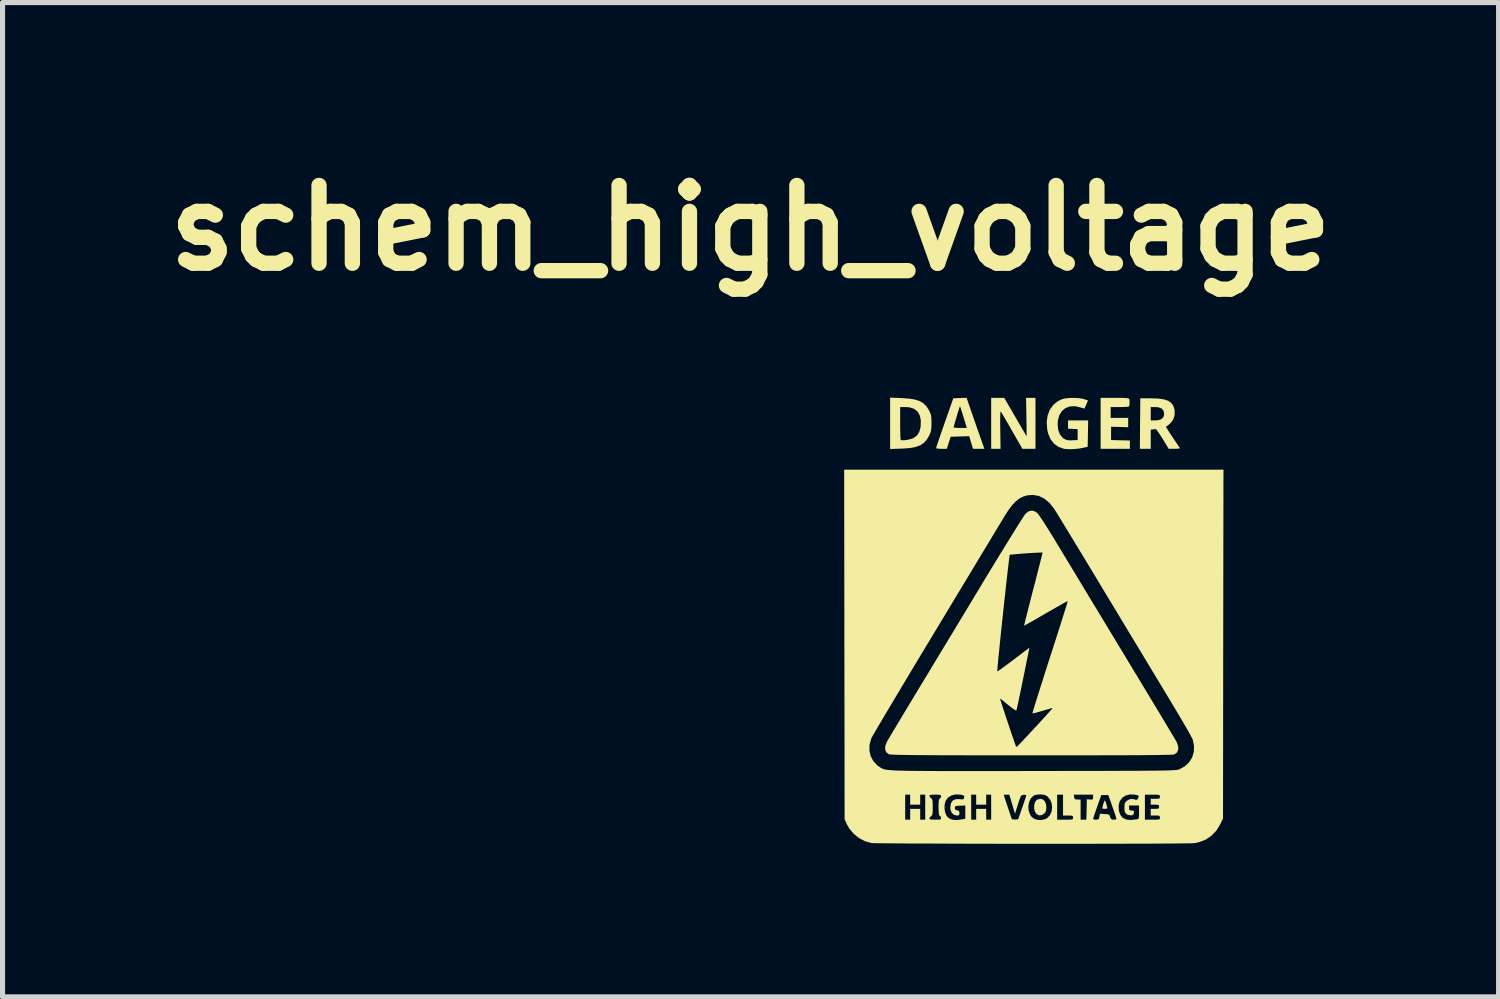
<source format=kicad_pcb>
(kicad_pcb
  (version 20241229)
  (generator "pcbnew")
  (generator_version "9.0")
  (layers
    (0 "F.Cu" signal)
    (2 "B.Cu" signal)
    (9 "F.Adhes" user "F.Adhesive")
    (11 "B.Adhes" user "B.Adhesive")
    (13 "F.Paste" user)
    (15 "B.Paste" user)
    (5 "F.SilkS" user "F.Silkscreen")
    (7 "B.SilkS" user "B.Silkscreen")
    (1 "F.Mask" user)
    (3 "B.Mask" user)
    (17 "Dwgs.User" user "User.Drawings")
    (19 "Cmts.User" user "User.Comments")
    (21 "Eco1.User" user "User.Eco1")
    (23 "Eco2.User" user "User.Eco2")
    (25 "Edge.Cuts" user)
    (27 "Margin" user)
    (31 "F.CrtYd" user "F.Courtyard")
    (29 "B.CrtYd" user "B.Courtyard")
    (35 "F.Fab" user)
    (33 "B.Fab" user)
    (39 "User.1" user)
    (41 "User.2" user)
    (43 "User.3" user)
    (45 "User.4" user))
  (footprint "schem_high_voltage"
    (layer "F.Cu")
    (at 17.155 8.918)
    (property "Reference" "schem_high_voltage" (at -5.5 -7.5 0) (layer "F.SilkS") (effects (font (size 1.524 1.524) (thickness 0.3))))
    (attr board_only exclude_from_pos_files exclude_from_bom)
    (fp_poly (pts (xy 1.45 3.729) (xy 1.463 3.763) (xy 1.476 3.807) (xy 1.486 3.847) (xy 1.489 3.87) (xy 1.475 3.876) (xy 1.441 3.879) (xy 1.44 3.879) (xy 1.406 3.876) (xy 1.391 3.87) (xy 1.391 3.87) (xy 1.396 3.84) (xy 1.406 3.798) (xy 1.42 3.755) (xy 1.433 3.724) (xy 1.44 3.715)) (stroke (width 0) (type solid)) (fill yes) (layer "F.SilkS"))
    (fp_poly (pts (xy 0.225 3.694) (xy 0.265 3.732) (xy 0.289 3.792) (xy 0.295 3.849) (xy 0.29 3.906) (xy 0.274 3.946) (xy 0.254 3.969) (xy 0.203 4.002) (xy 0.15 4.006) (xy 0.102 3.98) (xy 0.099 3.978) (xy 0.07 3.93) (xy 0.056 3.869) (xy 0.058 3.804) (xy 0.074 3.746) (xy 0.105 3.705) (xy 0.115 3.699) (xy 0.174 3.682)) (stroke (width 0) (type solid)) (fill yes) (layer "F.SilkS"))
    (fp_poly (pts (xy 1.737 -4.173) (xy 1.811 -4.172) (xy 1.862 -4.169) (xy 1.893 -4.165) (xy 1.911 -4.158) (xy 1.919 -4.149) (xy 1.921 -4.145) (xy 1.925 -4.107) (xy 1.924 -4.056) (xy 1.918 -4.008) (xy 1.917 -4.006) (xy 1.901 -4.001) (xy 1.859 -3.997) (xy 1.797 -3.994) (xy 1.735 -3.993) (xy 1.555 -3.993) (xy 1.555 -3.781) (xy 1.898 -3.781) (xy 1.898 -3.598) (xy 1.731 -3.603) (xy 1.563 -3.607) (xy 1.563 -3.347) (xy 1.747 -3.342) (xy 1.931 -3.338) (xy 1.931 -3.175) (xy 1.358 -3.175) (xy 1.358 -4.173) (xy 1.635 -4.173)) (stroke (width 0) (type solid)) (fill yes) (layer "F.SilkS"))
    (fp_poly (pts (xy -0.312 -3.797) (xy -0.254 -3.697) (xy -0.201 -3.607) (xy -0.157 -3.531) (xy -0.122 -3.472) (xy -0.1 -3.434) (xy -0.092 -3.42) (xy -0.092 -3.436) (xy -0.092 -3.48) (xy -0.092 -3.547) (xy -0.093 -3.634) (xy -0.095 -3.734) (xy -0.096 -3.797) (xy -0.102 -4.173) (xy 0.082 -4.173) (xy 0.082 -3.175) (xy -0.174 -3.175) (xy -0.378 -3.529) (xy -0.434 -3.628) (xy -0.486 -3.717) (xy -0.531 -3.794) (xy -0.566 -3.854) (xy -0.589 -3.893) (xy -0.597 -3.906) (xy -0.603 -3.899) (xy -0.607 -3.862) (xy -0.609 -3.793) (xy -0.61 -3.692) (xy -0.608 -3.558) (xy -0.608 -3.552) (xy -0.602 -3.175) (xy -0.786 -3.175) (xy -0.786 -4.173) (xy -0.53 -4.173)) (stroke (width 0) (type solid)) (fill yes) (layer "F.SilkS"))
    (fp_poly (pts (xy -1.173 -3.9) (xy -1.134 -3.788) (xy -1.092 -3.666) (xy -1.05 -3.545) (xy -1.012 -3.439) (xy -0.999 -3.4) (xy -0.919 -3.175) (xy -1.143 -3.175) (xy -1.216 -3.422) (xy -1.398 -3.417) (xy -1.579 -3.412) (xy -1.617 -3.294) (xy -1.655 -3.175) (xy -1.76 -3.175) (xy -1.814 -3.177) (xy -1.852 -3.182) (xy -1.866 -3.189) (xy -1.86 -3.207) (xy -1.846 -3.252) (xy -1.823 -3.321) (xy -1.792 -3.409) (xy -1.757 -3.512) (xy -1.728 -3.595) (xy -1.522 -3.595) (xy -1.507 -3.59) (xy -1.467 -3.586) (xy -1.41 -3.584) (xy -1.393 -3.584) (xy -1.263 -3.584) (xy -1.284 -3.654) (xy -1.321 -3.774) (xy -1.35 -3.867) (xy -1.371 -3.933) (xy -1.385 -3.977) (xy -1.394 -4) (xy -1.399 -4.007) (xy -1.399 -4.007) (xy -1.405 -3.99) (xy -1.419 -3.949) (xy -1.437 -3.891) (xy -1.457 -3.823) (xy -1.478 -3.753) (xy -1.497 -3.688) (xy -1.512 -3.636) (xy -1.521 -3.602) (xy -1.522 -3.595) (xy -1.728 -3.595) (xy -1.717 -3.627) (xy -1.697 -3.684) (xy -1.528 -4.165) (xy -1.398 -4.17) (xy -1.268 -4.174)) (stroke (width 0) (type solid)) (fill yes) (layer "F.SilkS"))
    (fp_poly (pts (xy 0.948 -4.166) (xy 1.023 -4.151) (xy 1.035 -4.148) (xy 1.111 -4.122) (xy 1.078 -4.046) (xy 1.059 -4.001) (xy 1.045 -3.972) (xy 1.041 -3.965) (xy 1.024 -3.967) (xy 0.987 -3.978) (xy 0.966 -3.985) (xy 0.856 -4.01) (xy 0.756 -4.005) (xy 0.669 -3.973) (xy 0.599 -3.915) (xy 0.549 -3.834) (xy 0.521 -3.732) (xy 0.516 -3.658) (xy 0.527 -3.547) (xy 0.559 -3.46) (xy 0.612 -3.394) (xy 0.638 -3.375) (xy 0.676 -3.354) (xy 0.717 -3.343) (xy 0.772 -3.341) (xy 0.801 -3.342) (xy 0.908 -3.347) (xy 0.908 -3.56) (xy 0.814 -3.565) (xy 0.72 -3.569) (xy 0.72 -3.731) (xy 1.114 -3.731) (xy 1.105 -3.216) (xy 1.028 -3.197) (xy 0.943 -3.181) (xy 0.848 -3.171) (xy 0.754 -3.167) (xy 0.673 -3.171) (xy 0.639 -3.176) (xy 0.532 -3.213) (xy 0.444 -3.277) (xy 0.376 -3.365) (xy 0.329 -3.477) (xy 0.311 -3.559) (xy 0.302 -3.698) (xy 0.319 -3.825) (xy 0.361 -3.937) (xy 0.427 -4.032) (xy 0.515 -4.105) (xy 0.605 -4.148) (xy 0.673 -4.164) (xy 0.761 -4.172) (xy 0.857 -4.172)) (stroke (width 0) (type solid)) (fill yes) (layer "F.SilkS"))
    (fp_poly (pts (xy -2.541 -4.169) (xy -2.399 -4.159) (xy -2.284 -4.141) (xy -2.193 -4.112) (xy -2.12 -4.071) (xy -2.061 -4.015) (xy -2.012 -3.943) (xy -2.001 -3.922) (xy -1.979 -3.877) (xy -1.966 -3.835) (xy -1.959 -3.786) (xy -1.956 -3.719) (xy -1.956 -3.682) (xy -1.957 -3.605) (xy -1.962 -3.549) (xy -1.972 -3.504) (xy -1.99 -3.458) (xy -2.002 -3.432) (xy -2.049 -3.353) (xy -2.106 -3.291) (xy -2.175 -3.244) (xy -2.263 -3.212) (xy -2.374 -3.191) (xy -2.511 -3.18) (xy -2.541 -3.179) (xy -2.766 -3.171) (xy -2.766 -3.993) (xy -2.569 -3.993) (xy -2.569 -3.677) (xy -2.569 -3.578) (xy -2.567 -3.491) (xy -2.565 -3.42) (xy -2.561 -3.371) (xy -2.558 -3.349) (xy -2.557 -3.348) (xy -2.533 -3.342) (xy -2.487 -3.343) (xy -2.429 -3.351) (xy -2.37 -3.364) (xy -2.32 -3.38) (xy -2.308 -3.385) (xy -2.241 -3.434) (xy -2.194 -3.508) (xy -2.168 -3.603) (xy -2.168 -3.608) (xy -2.164 -3.728) (xy -2.184 -3.826) (xy -2.227 -3.903) (xy -2.293 -3.957) (xy -2.382 -3.987) (xy -2.459 -3.993) (xy -2.569 -3.993) (xy -2.766 -3.993) (xy -2.766 -4.178)) (stroke (width 0) (type solid)) (fill yes) (layer "F.SilkS"))
    (fp_poly (pts (xy 2.35 -4.164) (xy 2.487 -4.159) (xy 2.596 -4.144) (xy 2.68 -4.117) (xy 2.74 -4.076) (xy 2.781 -4.021) (xy 2.804 -3.949) (xy 2.809 -3.922) (xy 2.807 -3.825) (xy 2.775 -3.738) (xy 2.711 -3.661) (xy 2.638 -3.607) (xy 2.644 -3.593) (xy 2.667 -3.557) (xy 2.701 -3.503) (xy 2.745 -3.437) (xy 2.769 -3.401) (xy 2.817 -3.33) (xy 2.858 -3.268) (xy 2.89 -3.22) (xy 2.908 -3.192) (xy 2.91 -3.187) (xy 2.898 -3.181) (xy 2.861 -3.177) (xy 2.807 -3.175) (xy 2.804 -3.175) (xy 2.692 -3.175) (xy 2.578 -3.363) (xy 2.534 -3.432) (xy 2.495 -3.491) (xy 2.465 -3.534) (xy 2.448 -3.556) (xy 2.446 -3.557) (xy 2.418 -3.56) (xy 2.384 -3.556) (xy 2.34 -3.548) (xy 2.34 -3.175) (xy 2.127 -3.175) (xy 2.131 -3.67) (xy 2.132 -3.731) (xy 2.34 -3.731) (xy 2.428 -3.731) (xy 2.496 -3.737) (xy 2.545 -3.755) (xy 2.559 -3.765) (xy 2.591 -3.8) (xy 2.602 -3.846) (xy 2.602 -3.862) (xy 2.59 -3.924) (xy 2.552 -3.966) (xy 2.489 -3.989) (xy 2.428 -3.993) (xy 2.34 -3.993) (xy 2.34 -3.731) (xy 2.132 -3.731) (xy 2.136 -4.165)) (stroke (width 0) (type solid)) (fill yes) (layer "F.SilkS"))
    (fp_poly (pts (xy 0.081 -1.943) (xy 0.122 -1.911) (xy 0.143 -1.885) (xy 0.179 -1.834) (xy 0.227 -1.763) (xy 0.284 -1.673) (xy 0.35 -1.569) (xy 0.421 -1.454) (xy 0.495 -1.332) (xy 0.504 -1.317) (xy 0.55 -1.241) (xy 0.595 -1.166) (xy 0.64 -1.092) (xy 0.685 -1.018) (xy 0.732 -0.94) (xy 0.781 -0.859) (xy 0.834 -0.771) (xy 0.891 -0.677) (xy 0.954 -0.573) (xy 1.023 -0.458) (xy 1.099 -0.332) (xy 1.184 -0.191) (xy 1.278 -0.036) (xy 1.383 0.137) (xy 1.499 0.329) (xy 1.627 0.54) (xy 1.768 0.774) (xy 1.923 1.031) (xy 2.094 1.313) (xy 2.249 1.57) (xy 2.347 1.732) (xy 2.44 1.886) (xy 2.527 2.031) (xy 2.607 2.164) (xy 2.678 2.283) (xy 2.739 2.385) (xy 2.788 2.467) (xy 2.824 2.528) (xy 2.845 2.564) (xy 2.849 2.572) (xy 2.877 2.65) (xy 2.879 2.718) (xy 2.855 2.773) (xy 2.807 2.809) (xy 2.796 2.813) (xy 2.778 2.816) (xy 2.738 2.818) (xy 2.674 2.82) (xy 2.587 2.822) (xy 2.476 2.824) (xy 2.339 2.825) (xy 2.177 2.827) (xy 1.987 2.828) (xy 1.771 2.829) (xy 1.525 2.829) (xy 1.251 2.83) (xy 0.947 2.83) (xy 0.612 2.831) (xy 0.245 2.831) (xy 0.002 2.831) (xy -0.359 2.831) (xy -0.687 2.83) (xy -0.986 2.83) (xy -1.256 2.83) (xy -1.499 2.829) (xy -1.716 2.829) (xy -1.909 2.828) (xy -2.078 2.827) (xy -2.225 2.826) (xy -2.352 2.825) (xy -2.46 2.823) (xy -2.549 2.822) (xy -2.623 2.82) (xy -2.681 2.818) (xy -2.726 2.816) (xy -2.758 2.814) (xy -2.78 2.811) (xy -2.792 2.808) (xy -2.792 2.808) (xy -2.84 2.771) (xy -2.863 2.717) (xy -2.861 2.648) (xy -2.832 2.572) (xy -2.818 2.547) (xy -2.789 2.497) (xy -2.746 2.424) (xy -2.69 2.33) (xy -2.624 2.22) (xy -2.548 2.093) (xy -2.465 1.955) (xy -2.375 1.806) (xy -2.281 1.65) (xy -2.262 1.619) (xy -2.167 1.462) (xy -2.058 1.282) (xy -1.999 1.185) (xy -0.667 1.185) (xy -0.667 1.188) (xy -0.653 1.18) (xy -0.616 1.155) (xy -0.561 1.115) (xy -0.491 1.064) (xy -0.409 1.003) (xy -0.349 0.958) (xy -0.037 0.722) (xy -0.16 1.331) (xy -0.188 1.468) (xy -0.214 1.594) (xy -0.238 1.708) (xy -0.258 1.804) (xy -0.275 1.879) (xy -0.287 1.929) (xy -0.294 1.952) (xy -0.294 1.952) (xy -0.311 1.948) (xy -0.346 1.925) (xy -0.396 1.889) (xy -0.454 1.842) (xy -0.513 1.794) (xy -0.562 1.754) (xy -0.597 1.728) (xy -0.611 1.718) (xy -0.608 1.733) (xy -0.596 1.775) (xy -0.576 1.838) (xy -0.549 1.919) (xy -0.518 2.014) (xy -0.484 2.118) (xy -0.447 2.227) (xy -0.411 2.336) (xy -0.375 2.44) (xy -0.342 2.537) (xy -0.313 2.62) (xy -0.303 2.647) (xy -0.291 2.666) (xy -0.287 2.668) (xy -0.275 2.656) (xy -0.243 2.623) (xy -0.194 2.572) (xy -0.131 2.505) (xy -0.057 2.426) (xy 0.026 2.337) (xy 0.072 2.287) (xy 0.158 2.194) (xy 0.236 2.109) (xy 0.303 2.035) (xy 0.357 1.975) (xy 0.396 1.931) (xy 0.417 1.907) (xy 0.419 1.903) (xy 0.403 1.906) (xy 0.362 1.917) (xy 0.302 1.934) (xy 0.228 1.956) (xy 0.223 1.958) (xy 0.148 1.979) (xy 0.086 1.996) (xy 0.042 2.006) (xy 0.022 2.008) (xy 0.022 2.008) (xy 0.026 1.991) (xy 0.039 1.946) (xy 0.06 1.875) (xy 0.089 1.78) (xy 0.126 1.665) (xy 0.168 1.53) (xy 0.216 1.38) (xy 0.268 1.216) (xy 0.324 1.04) (xy 0.367 0.907) (xy 0.426 0.726) (xy 0.481 0.553) (xy 0.532 0.393) (xy 0.579 0.247) (xy 0.62 0.117) (xy 0.654 0.007) (xy 0.682 -0.081) (xy 0.701 -0.145) (xy 0.712 -0.183) (xy 0.714 -0.192) (xy 0.699 -0.185) (xy 0.659 -0.164) (xy 0.598 -0.131) (xy 0.52 -0.086) (xy 0.427 -0.033) (xy 0.323 0.026) (xy 0.286 0.048) (xy 0.179 0.11) (xy 0.083 0.166) (xy -0.001 0.213) (xy -0.068 0.251) (xy -0.115 0.277) (xy -0.139 0.289) (xy -0.141 0.29) (xy -0.138 0.274) (xy -0.127 0.229) (xy -0.11 0.159) (xy -0.087 0.067) (xy -0.059 -0.044) (xy -0.026 -0.171) (xy 0.009 -0.31) (xy 0.039 -0.426) (xy 0.078 -0.573) (xy 0.113 -0.71) (xy 0.144 -0.833) (xy 0.172 -0.941) (xy 0.194 -1.028) (xy 0.21 -1.093) (xy 0.219 -1.132) (xy 0.22 -1.142) (xy 0.203 -1.143) (xy 0.159 -1.142) (xy 0.095 -1.139) (xy 0.017 -1.135) (xy -0.07 -1.129) (xy -0.159 -1.123) (xy -0.244 -1.116) (xy -0.318 -1.11) (xy -0.377 -1.104) (xy -0.413 -1.1) (xy -0.422 -1.098) (xy -0.426 -1.081) (xy -0.432 -1.034) (xy -0.441 -0.962) (xy -0.453 -0.866) (xy -0.466 -0.751) (xy -0.481 -0.619) (xy -0.497 -0.473) (xy -0.514 -0.318) (xy -0.532 -0.155) (xy -0.55 0.011) (xy -0.568 0.179) (xy -0.585 0.343) (xy -0.602 0.502) (xy -0.617 0.652) (xy -0.631 0.79) (xy -0.644 0.912) (xy -0.654 1.016) (xy -0.661 1.098) (xy -0.666 1.156) (xy -0.667 1.185) (xy -1.999 1.185) (xy -1.938 1.083) (xy -1.808 0.868) (xy -1.671 0.641) (xy -1.53 0.408) (xy -1.388 0.173) (xy -1.246 -0.061) (xy -1.109 -0.29) (xy -0.977 -0.508) (xy -0.943 -0.565) (xy -0.821 -0.766) (xy -0.705 -0.957) (xy -0.595 -1.136) (xy -0.494 -1.301) (xy -0.402 -1.45) (xy -0.32 -1.582) (xy -0.25 -1.694) (xy -0.192 -1.785) (xy -0.148 -1.853) (xy -0.118 -1.896) (xy -0.106 -1.911) (xy -0.043 -1.954) (xy 0.019 -1.965)) (stroke (width 0) (type solid)) (fill yes) (layer "F.SilkS"))
    (fp_poly (pts (xy 3.76 0.651) (xy 3.756 4.067) (xy 3.704 4.177) (xy 3.627 4.304) (xy 3.528 4.407) (xy 3.411 4.485) (xy 3.277 4.535) (xy 3.194 4.551) (xy 3.165 4.553) (xy 3.106 4.554) (xy 3.017 4.555) (xy 2.902 4.557) (xy 2.763 4.558) (xy 2.6 4.559) (xy 2.417 4.56) (xy 2.215 4.561) (xy 1.996 4.561) (xy 1.763 4.562) (xy 1.516 4.562) (xy 1.259 4.563) (xy 0.993 4.563) (xy 0.72 4.563) (xy 0.443 4.563) (xy 0.162 4.563) (xy -0.12 4.563) (xy -0.4 4.563) (xy -0.678 4.563) (xy -0.95 4.562) (xy -1.216 4.562) (xy -1.472 4.561) (xy -1.718 4.56) (xy -1.95 4.559) (xy -2.168 4.559) (xy -2.369 4.558) (xy -2.551 4.556) (xy -2.711 4.555) (xy -2.849 4.554) (xy -2.963 4.553) (xy -3.049 4.551) (xy -3.106 4.55) (xy -3.133 4.548) (xy -3.256 4.514) (xy -3.373 4.453) (xy -3.478 4.368) (xy -3.565 4.266) (xy -3.612 4.183) (xy -3.654 4.091) (xy -2.471 4.091) (xy -2.373 4.091) (xy -2.373 3.879) (xy -2.177 3.879) (xy -2.177 4.091) (xy -2.078 4.091) (xy -2.078 4.067) (xy -1.997 4.067) (xy -1.99 4.08) (xy -1.965 4.088) (xy -1.917 4.091) (xy -1.882 4.091) (xy -1.822 4.091) (xy -1.787 4.087) (xy -1.772 4.078) (xy -1.768 4.061) (xy -1.768 4.058) (xy -1.778 4.027) (xy -1.792 4.016) (xy -1.804 4.004) (xy -1.811 3.978) (xy -1.815 3.931) (xy -1.816 3.877) (xy -1.7 3.877) (xy -1.687 3.953) (xy -1.659 4.016) (xy -1.62 4.059) (xy -1.614 4.062) (xy -1.557 4.087) (xy -1.499 4.098) (xy -1.429 4.096) (xy -1.402 4.091) (xy -1.178 4.091) (xy -1.08 4.091) (xy -1.08 3.879) (xy -0.884 3.879) (xy -0.884 4.091) (xy -0.786 4.091) (xy -0.786 3.605) (xy -0.54 3.605) (xy -0.535 3.621) (xy -0.522 3.662) (xy -0.503 3.72) (xy -0.48 3.789) (xy -0.455 3.863) (xy -0.431 3.935) (xy -0.41 3.998) (xy -0.394 4.046) (xy -0.385 4.072) (xy -0.362 4.087) (xy -0.317 4.088) (xy -0.257 4.083) (xy -0.178 3.856) (xy -0.168 3.829) (xy -0.058 3.829) (xy -0.052 3.914) (xy -0.024 3.992) (xy 0.005 4.035) (xy 0.059 4.075) (xy 0.13 4.096) (xy 0.207 4.097) (xy 0.228 4.091) (xy 0.507 4.091) (xy 0.663 4.091) (xy 0.735 4.091) (xy 0.78 4.089) (xy 0.805 4.084) (xy 0.816 4.074) (xy 0.818 4.058) (xy 0.818 4.051) (xy 0.816 4.028) (xy 0.805 4.016) (xy 0.777 4.011) (xy 0.724 4.01) (xy 0.72 4.01) (xy 0.622 4.01) (xy 0.622 3.601) (xy 0.832 3.601) (xy 0.838 3.646) (xy 0.848 3.679) (xy 0.863 3.693) (xy 0.895 3.695) (xy 0.925 3.697) (xy 0.966 3.699) (xy 0.966 4.091) (xy 1.079 4.091) (xy 1.079 4.077) (xy 1.211 4.077) (xy 1.225 4.087) (xy 1.261 4.091) (xy 1.268 4.091) (xy 1.306 4.088) (xy 1.325 4.072) (xy 1.335 4.033) (xy 1.346 3.975) (xy 1.438 3.98) (xy 1.49 3.984) (xy 1.519 3.992) (xy 1.535 4.01) (xy 1.544 4.038) (xy 1.559 4.075) (xy 1.584 4.09) (xy 1.614 4.091) (xy 1.651 4.088) (xy 1.669 4.079) (xy 1.669 4.078) (xy 1.664 4.058) (xy 1.65 4.014) (xy 1.629 3.95) (xy 1.602 3.873) (xy 1.589 3.836) (xy 1.582 3.816) (xy 1.71 3.816) (xy 1.716 3.913) (xy 1.717 3.921) (xy 1.746 4.001) (xy 1.793 4.056) (xy 1.86 4.088) (xy 1.948 4.097) (xy 2 4.091) (xy 2.226 4.091) (xy 2.373 4.091) (xy 2.443 4.091) (xy 2.486 4.089) (xy 2.509 4.083) (xy 2.519 4.072) (xy 2.52 4.054) (xy 2.52 4.051) (xy 2.518 4.027) (xy 2.506 4.015) (xy 2.475 4.01) (xy 2.43 4.01) (xy 2.34 4.01) (xy 2.34 3.879) (xy 2.422 3.879) (xy 2.471 3.877) (xy 2.495 3.871) (xy 2.503 3.854) (xy 2.504 3.838) (xy 2.501 3.814) (xy 2.488 3.801) (xy 2.455 3.797) (xy 2.422 3.797) (xy 2.34 3.797) (xy 2.34 3.682) (xy 2.43 3.682) (xy 2.482 3.681) (xy 2.509 3.676) (xy 2.519 3.662) (xy 2.52 3.641) (xy 2.519 3.622) (xy 2.511 3.61) (xy 2.491 3.604) (xy 2.451 3.601) (xy 2.386 3.601) (xy 2.373 3.601) (xy 2.226 3.601) (xy 2.226 4.091) (xy 2 4.091) (xy 2.059 4.085) (xy 2.074 4.082) (xy 2.093 4.076) (xy 2.104 4.062) (xy 2.109 4.034) (xy 2.111 3.984) (xy 2.111 3.944) (xy 2.111 3.813) (xy 1.915 3.813) (xy 1.915 3.862) (xy 1.919 3.897) (xy 1.937 3.91) (xy 1.965 3.911) (xy 2 3.915) (xy 2.011 3.931) (xy 2.01 3.956) (xy 2 3.99) (xy 1.973 4.004) (xy 1.954 4.006) (xy 1.894 3.997) (xy 1.864 3.979) (xy 1.841 3.955) (xy 1.829 3.924) (xy 1.825 3.874) (xy 1.825 3.854) (xy 1.827 3.798) (xy 1.836 3.762) (xy 1.856 3.735) (xy 1.871 3.722) (xy 1.929 3.689) (xy 1.993 3.686) (xy 2.034 3.698) (xy 2.066 3.704) (xy 2.085 3.688) (xy 2.093 3.671) (xy 2.105 3.64) (xy 2.101 3.621) (xy 2.074 3.61) (xy 2.029 3.6) (xy 1.93 3.596) (xy 1.845 3.619) (xy 1.778 3.665) (xy 1.732 3.732) (xy 1.71 3.816) (xy 1.582 3.816) (xy 1.509 3.609) (xy 1.371 3.609) (xy 1.291 3.835) (xy 1.263 3.916) (xy 1.239 3.987) (xy 1.221 4.04) (xy 1.212 4.072) (xy 1.211 4.077) (xy 1.079 4.077) (xy 1.084 3.891) (xy 1.088 3.691) (xy 1.15 3.696) (xy 1.19 3.697) (xy 1.207 3.688) (xy 1.211 3.66) (xy 1.211 3.651) (xy 1.211 3.601) (xy 0.832 3.601) (xy 0.622 3.601) (xy 0.507 3.601) (xy 0.507 4.091) (xy 0.228 4.091) (xy 0.28 4.078) (xy 0.311 4.06) (xy 0.364 4.005) (xy 0.397 3.932) (xy 0.408 3.851) (xy 0.398 3.769) (xy 0.367 3.694) (xy 0.315 3.633) (xy 0.308 3.628) (xy 0.256 3.605) (xy 0.187 3.596) (xy 0.116 3.599) (xy 0.056 3.615) (xy 0.042 3.623) (xy -0.011 3.676) (xy -0.044 3.747) (xy -0.058 3.829) (xy -0.168 3.829) (xy -0.15 3.775) (xy -0.126 3.704) (xy -0.108 3.65) (xy -0.099 3.619) (xy -0.098 3.614) (xy -0.112 3.605) (xy -0.147 3.603) (xy -0.151 3.604) (xy -0.174 3.607) (xy -0.191 3.615) (xy -0.206 3.634) (xy -0.221 3.669) (xy -0.24 3.725) (xy -0.262 3.791) (xy -0.319 3.974) (xy -0.375 3.787) (xy -0.43 3.601) (xy -0.485 3.601) (xy -0.522 3.602) (xy -0.54 3.605) (xy -0.54 3.605) (xy -0.786 3.605) (xy -0.786 3.601) (xy -0.884 3.601) (xy -0.884 3.797) (xy -1.08 3.797) (xy -1.08 3.601) (xy -1.178 3.601) (xy -1.178 4.091) (xy -1.402 4.091) (xy -1.342 4.082) (xy -1.293 4.073) (xy -1.293 3.812) (xy -1.395 3.817) (xy -1.451 3.82) (xy -1.482 3.826) (xy -1.495 3.838) (xy -1.497 3.86) (xy -1.497 3.862) (xy -1.49 3.894) (xy -1.462 3.907) (xy -1.452 3.908) (xy -1.42 3.918) (xy -1.408 3.943) (xy -1.407 3.962) (xy -1.412 3.996) (xy -1.431 4.008) (xy -1.457 4.01) (xy -1.517 3.995) (xy -1.56 3.955) (xy -1.584 3.893) (xy -1.587 3.851) (xy -1.575 3.773) (xy -1.542 3.72) (xy -1.487 3.691) (xy -1.411 3.688) (xy -1.399 3.69) (xy -1.354 3.694) (xy -1.33 3.689) (xy -1.319 3.67) (xy -1.317 3.666) (xy -1.312 3.637) (xy -1.321 3.62) (xy -1.352 3.608) (xy -1.392 3.6) (xy -1.483 3.596) (xy -1.565 3.616) (xy -1.632 3.658) (xy -1.677 3.719) (xy -1.679 3.724) (xy -1.698 3.798) (xy -1.7 3.877) (xy -1.816 3.877) (xy -1.817 3.857) (xy -1.817 3.846) (xy -1.816 3.769) (xy -1.812 3.719) (xy -1.805 3.69) (xy -1.794 3.677) (xy -1.792 3.676) (xy -1.772 3.654) (xy -1.768 3.634) (xy -1.77 3.616) (xy -1.784 3.606) (xy -1.815 3.602) (xy -1.871 3.601) (xy -1.882 3.601) (xy -1.944 3.602) (xy -1.98 3.607) (xy -1.995 3.617) (xy -1.997 3.625) (xy -1.984 3.652) (xy -1.964 3.67) (xy -1.949 3.683) (xy -1.939 3.703) (xy -1.934 3.738) (xy -1.931 3.795) (xy -1.931 3.846) (xy -1.932 3.92) (xy -1.935 3.968) (xy -1.942 3.997) (xy -1.953 4.014) (xy -1.964 4.022) (xy -1.99 4.048) (xy -1.997 4.067) (xy -2.078 4.067) (xy -2.078 3.601) (xy -2.177 3.601) (xy -2.177 3.797) (xy -2.373 3.797) (xy -2.373 3.601) (xy -2.471 3.601) (xy -2.471 4.091) (xy -3.654 4.091) (xy -3.658 4.083) (xy -3.659 2.737) (xy -3.172 2.737) (xy -3.147 2.847) (xy -3.094 2.945) (xy -3.015 3.029) (xy -2.969 3.061) (xy -2.953 3.071) (xy -2.939 3.08) (xy -2.924 3.088) (xy -2.907 3.096) (xy -2.886 3.102) (xy -2.861 3.108) (xy -2.83 3.114) (xy -2.79 3.118) (xy -2.741 3.122) (xy -2.682 3.126) (xy -2.61 3.129) (xy -2.524 3.131) (xy -2.424 3.134) (xy -2.306 3.135) (xy -2.17 3.136) (xy -2.015 3.137) (xy -1.838 3.138) (xy -1.639 3.138) (xy -1.416 3.138) (xy -1.167 3.138) (xy -0.891 3.138) (xy -0.586 3.138) (xy -0.251 3.138) (xy 0.041 3.137) (xy 0.395 3.137) (xy 0.718 3.136) (xy 1.012 3.136) (xy 1.277 3.136) (xy 1.515 3.135) (xy 1.728 3.134) (xy 1.917 3.134) (xy 2.084 3.133) (xy 2.23 3.132) (xy 2.356 3.131) (xy 2.465 3.13) (xy 2.557 3.129) (xy 2.635 3.127) (xy 2.699 3.125) (xy 2.751 3.123) (xy 2.792 3.121) (xy 2.825 3.119) (xy 2.85 3.116) (xy 2.869 3.113) (xy 2.884 3.11) (xy 2.895 3.106) (xy 2.899 3.105) (xy 3.006 3.047) (xy 3.091 2.968) (xy 3.151 2.872) (xy 3.184 2.764) (xy 3.189 2.647) (xy 3.165 2.53) (xy 3.156 2.508) (xy 3.14 2.476) (xy 3.117 2.432) (xy 3.086 2.376) (xy 3.045 2.304) (xy 2.994 2.217) (xy 2.933 2.112) (xy 2.859 1.987) (xy 2.772 1.842) (xy 2.672 1.675) (xy 2.557 1.484) (xy 2.426 1.268) (xy 2.313 1.08) (xy 2.264 0.999) (xy 2.2 0.893) (xy 2.123 0.765) (xy 2.034 0.618) (xy 1.935 0.455) (xy 1.829 0.279) (xy 1.717 0.092) (xy 1.6 -0.101) (xy 1.48 -0.299) (xy 1.36 -0.498) (xy 1.286 -0.622) (xy 1.172 -0.811) (xy 1.061 -0.994) (xy 0.956 -1.168) (xy 0.856 -1.332) (xy 0.764 -1.484) (xy 0.681 -1.62) (xy 0.608 -1.74) (xy 0.547 -1.84) (xy 0.499 -1.918) (xy 0.465 -1.973) (xy 0.447 -2.001) (xy 0.356 -2.115) (xy 0.256 -2.198) (xy 0.149 -2.251) (xy 0.035 -2.272) (xy -0.083 -2.262) (xy -0.156 -2.24) (xy -0.231 -2.203) (xy -0.303 -2.147) (xy -0.376 -2.069) (xy -0.453 -1.966) (xy -0.537 -1.835) (xy -0.539 -1.831) (xy -0.561 -1.793) (xy -0.6 -1.729) (xy -0.654 -1.64) (xy -0.721 -1.529) (xy -0.8 -1.397) (xy -0.892 -1.245) (xy -0.994 -1.077) (xy -1.105 -0.892) (xy -1.224 -0.694) (xy -1.351 -0.484) (xy -1.484 -0.264) (xy -1.622 -0.035) (xy -1.764 0.201) (xy -1.879 0.391) (xy -2.022 0.628) (xy -2.161 0.859) (xy -2.295 1.081) (xy -2.422 1.293) (xy -2.542 1.494) (xy -2.654 1.681) (xy -2.757 1.854) (xy -2.85 2.009) (xy -2.931 2.147) (xy -3.001 2.265) (xy -3.057 2.361) (xy -3.099 2.434) (xy -3.126 2.482) (xy -3.136 2.502) (xy -3.169 2.621) (xy -3.172 2.737) (xy -3.659 2.737) (xy -3.662 0.659) (xy -3.666 -2.766) (xy 3.765 -2.766)) (stroke (width 0) (type solid)) (fill yes) (layer "F.SilkS")))
  (gr_rect
    (start -3 -3)
    (end 26.31 16.481)
    (stroke (width 0.1) (type default))
    (fill no)
    (layer "Edge.Cuts")))
</source>
